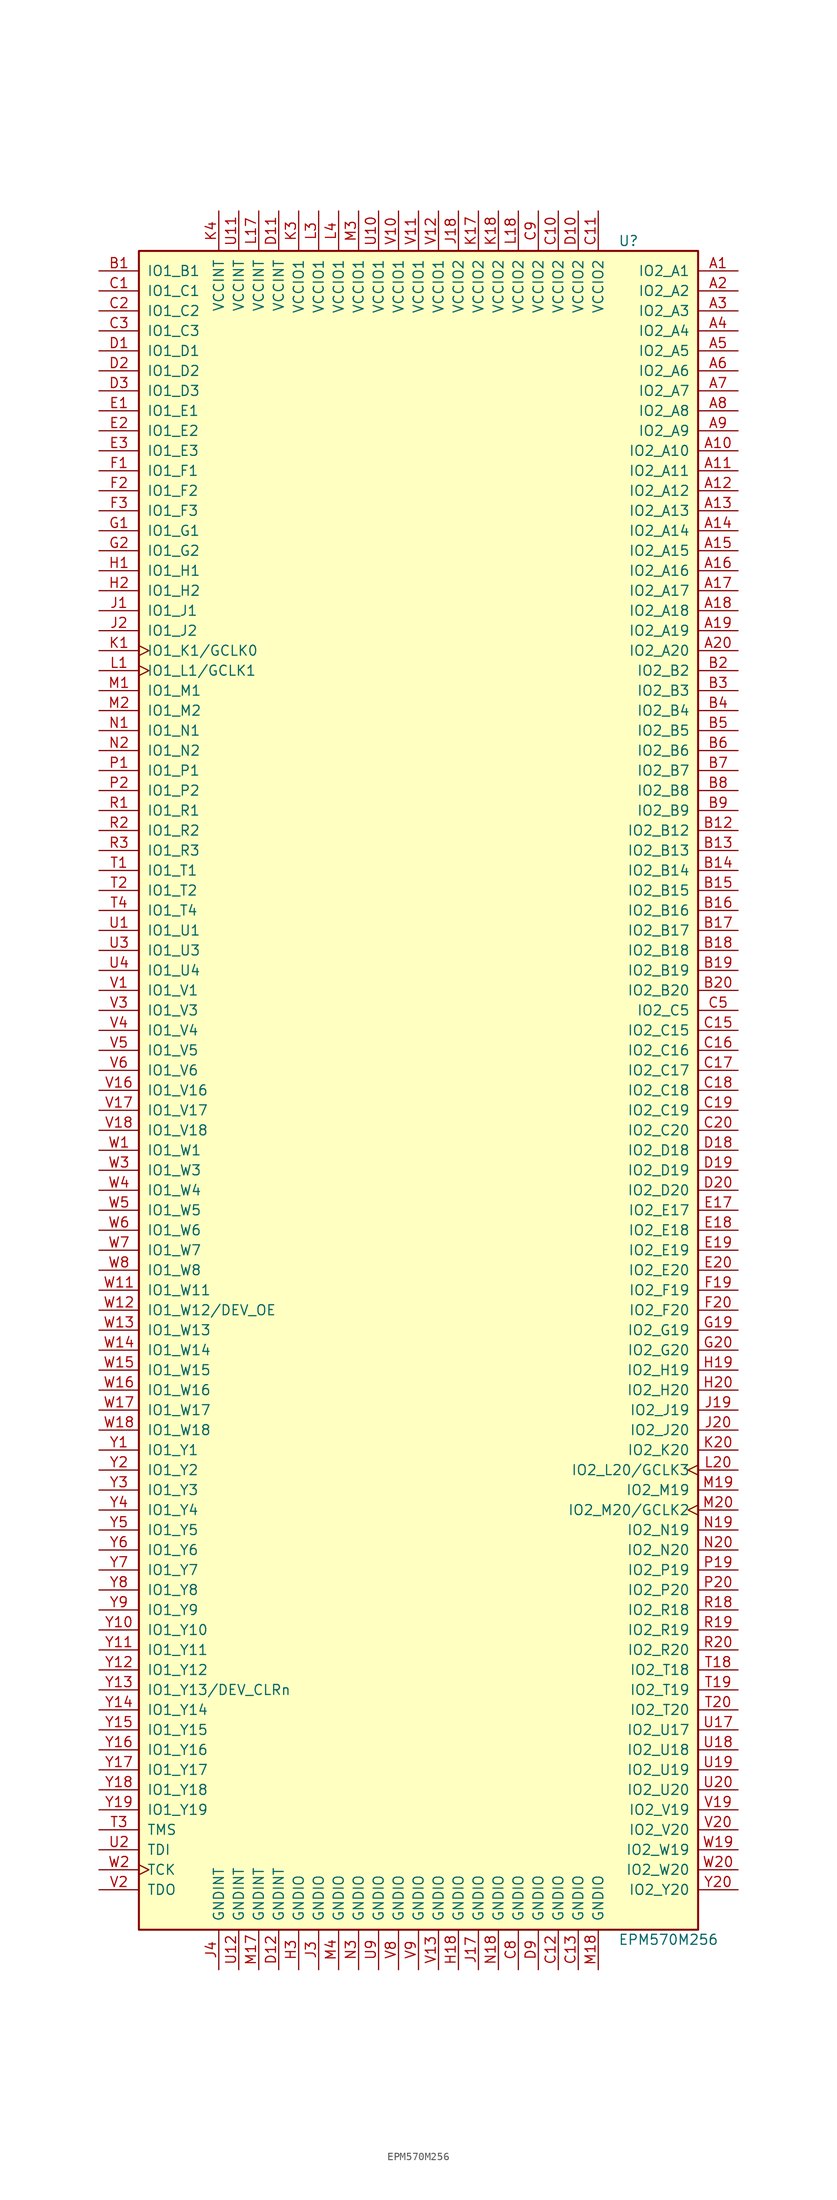
<source format=kicad_sym>
(kicad_symbol_lib
  (version 20201005)
  (generator kicad_symbol_editor)
  (symbol "EPM570M256"
    (pin_names
      (offset 1.016))
    (property "Reference" "U"
      (at 25.4 107.95 0)
      (effects (font (size 1.27 1.27)) (justify left)))
    (property "Value" "EPM570M256"
      (at 25.4 -107.95 0)
      (effects (font (size 1.27 1.27)) (justify left)))
    (property "ki_locked" ""
      (at 0 0 0)
      (effects (font (size 1.27 1.27))))
    (symbol "EPM570M256_1_1"
      (rectangle (start -35.56 106.68) (end 35.56 -106.68) (stroke (width 0.254)) (fill (type background)))
      (pin bidirectional line (at 40.64 104.14 180) (length 5.08) (name "IO2_A1" (effects (font (size 1.27 1.27)))) (number "A1" (effects (font (size 1.27 1.27)))))
      (pin bidirectional line (at 40.64 81.28 180) (length 5.08) (name "IO2_A10" (effects (font (size 1.27 1.27)))) (number "A10" (effects (font (size 1.27 1.27)))))
      (pin bidirectional line (at 40.64 78.74 180) (length 5.08) (name "IO2_A11" (effects (font (size 1.27 1.27)))) (number "A11" (effects (font (size 1.27 1.27)))))
      (pin bidirectional line (at 40.64 76.2 180) (length 5.08) (name "IO2_A12" (effects (font (size 1.27 1.27)))) (number "A12" (effects (font (size 1.27 1.27)))))
      (pin bidirectional line (at 40.64 73.66 180) (length 5.08) (name "IO2_A13" (effects (font (size 1.27 1.27)))) (number "A13" (effects (font (size 1.27 1.27)))))
      (pin bidirectional line (at 40.64 71.12 180) (length 5.08) (name "IO2_A14" (effects (font (size 1.27 1.27)))) (number "A14" (effects (font (size 1.27 1.27)))))
      (pin bidirectional line (at 40.64 68.58 180) (length 5.08) (name "IO2_A15" (effects (font (size 1.27 1.27)))) (number "A15" (effects (font (size 1.27 1.27)))))
      (pin bidirectional line (at 40.64 66.04 180) (length 5.08) (name "IO2_A16" (effects (font (size 1.27 1.27)))) (number "A16" (effects (font (size 1.27 1.27)))))
      (pin bidirectional line (at 40.64 63.5 180) (length 5.08) (name "IO2_A17" (effects (font (size 1.27 1.27)))) (number "A17" (effects (font (size 1.27 1.27)))))
      (pin bidirectional line (at 40.64 60.96 180) (length 5.08) (name "IO2_A18" (effects (font (size 1.27 1.27)))) (number "A18" (effects (font (size 1.27 1.27)))))
      (pin bidirectional line (at 40.64 58.42 180) (length 5.08) (name "IO2_A19" (effects (font (size 1.27 1.27)))) (number "A19" (effects (font (size 1.27 1.27)))))
      (pin bidirectional line (at 40.64 101.6 180) (length 5.08) (name "IO2_A2" (effects (font (size 1.27 1.27)))) (number "A2" (effects (font (size 1.27 1.27)))))
      (pin bidirectional line (at 40.64 55.88 180) (length 5.08) (name "IO2_A20" (effects (font (size 1.27 1.27)))) (number "A20" (effects (font (size 1.27 1.27)))))
      (pin bidirectional line (at 40.64 99.06 180) (length 5.08) (name "IO2_A3" (effects (font (size 1.27 1.27)))) (number "A3" (effects (font (size 1.27 1.27)))))
      (pin bidirectional line (at 40.64 96.52 180) (length 5.08) (name "IO2_A4" (effects (font (size 1.27 1.27)))) (number "A4" (effects (font (size 1.27 1.27)))))
      (pin bidirectional line (at 40.64 93.98 180) (length 5.08) (name "IO2_A5" (effects (font (size 1.27 1.27)))) (number "A5" (effects (font (size 1.27 1.27)))))
      (pin bidirectional line (at 40.64 91.44 180) (length 5.08) (name "IO2_A6" (effects (font (size 1.27 1.27)))) (number "A6" (effects (font (size 1.27 1.27)))))
      (pin bidirectional line (at 40.64 88.9 180) (length 5.08) (name "IO2_A7" (effects (font (size 1.27 1.27)))) (number "A7" (effects (font (size 1.27 1.27)))))
      (pin bidirectional line (at 40.64 86.36 180) (length 5.08) (name "IO2_A8" (effects (font (size 1.27 1.27)))) (number "A8" (effects (font (size 1.27 1.27)))))
      (pin bidirectional line (at 40.64 83.82 180) (length 5.08) (name "IO2_A9" (effects (font (size 1.27 1.27)))) (number "A9" (effects (font (size 1.27 1.27)))))
      (pin bidirectional line (at -40.64 104.14 0) (length 5.08) (name "IO1_B1" (effects (font (size 1.27 1.27)))) (number "B1" (effects (font (size 1.27 1.27)))))
      (pin bidirectional line (at 40.64 33.02 180) (length 5.08) (name "IO2_B12" (effects (font (size 1.27 1.27)))) (number "B12" (effects (font (size 1.27 1.27)))))
      (pin bidirectional line (at 40.64 30.48 180) (length 5.08) (name "IO2_B13" (effects (font (size 1.27 1.27)))) (number "B13" (effects (font (size 1.27 1.27)))))
      (pin bidirectional line (at 40.64 27.94 180) (length 5.08) (name "IO2_B14" (effects (font (size 1.27 1.27)))) (number "B14" (effects (font (size 1.27 1.27)))))
      (pin bidirectional line (at 40.64 25.4 180) (length 5.08) (name "IO2_B15" (effects (font (size 1.27 1.27)))) (number "B15" (effects (font (size 1.27 1.27)))))
      (pin bidirectional line (at 40.64 22.86 180) (length 5.08) (name "IO2_B16" (effects (font (size 1.27 1.27)))) (number "B16" (effects (font (size 1.27 1.27)))))
      (pin bidirectional line (at 40.64 20.32 180) (length 5.08) (name "IO2_B17" (effects (font (size 1.27 1.27)))) (number "B17" (effects (font (size 1.27 1.27)))))
      (pin bidirectional line (at 40.64 17.78 180) (length 5.08) (name "IO2_B18" (effects (font (size 1.27 1.27)))) (number "B18" (effects (font (size 1.27 1.27)))))
      (pin bidirectional line (at 40.64 15.24 180) (length 5.08) (name "IO2_B19" (effects (font (size 1.27 1.27)))) (number "B19" (effects (font (size 1.27 1.27)))))
      (pin bidirectional line (at 40.64 53.34 180) (length 5.08) (name "IO2_B2" (effects (font (size 1.27 1.27)))) (number "B2" (effects (font (size 1.27 1.27)))))
      (pin bidirectional line (at 40.64 12.7 180) (length 5.08) (name "IO2_B20" (effects (font (size 1.27 1.27)))) (number "B20" (effects (font (size 1.27 1.27)))))
      (pin bidirectional line (at 40.64 50.8 180) (length 5.08) (name "IO2_B3" (effects (font (size 1.27 1.27)))) (number "B3" (effects (font (size 1.27 1.27)))))
      (pin bidirectional line (at 40.64 48.26 180) (length 5.08) (name "IO2_B4" (effects (font (size 1.27 1.27)))) (number "B4" (effects (font (size 1.27 1.27)))))
      (pin bidirectional line (at 40.64 45.72 180) (length 5.08) (name "IO2_B5" (effects (font (size 1.27 1.27)))) (number "B5" (effects (font (size 1.27 1.27)))))
      (pin bidirectional line (at 40.64 43.18 180) (length 5.08) (name "IO2_B6" (effects (font (size 1.27 1.27)))) (number "B6" (effects (font (size 1.27 1.27)))))
      (pin bidirectional line (at 40.64 40.64 180) (length 5.08) (name "IO2_B7" (effects (font (size 1.27 1.27)))) (number "B7" (effects (font (size 1.27 1.27)))))
      (pin bidirectional line (at 40.64 38.1 180) (length 5.08) (name "IO2_B8" (effects (font (size 1.27 1.27)))) (number "B8" (effects (font (size 1.27 1.27)))))
      (pin bidirectional line (at 40.64 35.56 180) (length 5.08) (name "IO2_B9" (effects (font (size 1.27 1.27)))) (number "B9" (effects (font (size 1.27 1.27)))))
      (pin bidirectional line (at -40.64 101.6 0) (length 5.08) (name "IO1_C1" (effects (font (size 1.27 1.27)))) (number "C1" (effects (font (size 1.27 1.27)))))
      (pin power_in line (at 17.78 111.76 270) (length 5.08) (name "VCCIO2" (effects (font (size 1.27 1.27)))) (number "C10" (effects (font (size 1.27 1.27)))))
      (pin power_in line (at 22.86 111.76 270) (length 5.08) (name "VCCIO2" (effects (font (size 1.27 1.27)))) (number "C11" (effects (font (size 1.27 1.27)))))
      (pin power_in line (at 17.78 -111.76 90) (length 5.08) (name "GNDIO" (effects (font (size 1.27 1.27)))) (number "C12" (effects (font (size 1.27 1.27)))))
      (pin power_in line (at 20.32 -111.76 90) (length 5.08) (name "GNDIO" (effects (font (size 1.27 1.27)))) (number "C13" (effects (font (size 1.27 1.27)))))
      (pin bidirectional line (at 40.64 7.62 180) (length 5.08) (name "IO2_C15" (effects (font (size 1.27 1.27)))) (number "C15" (effects (font (size 1.27 1.27)))))
      (pin bidirectional line (at 40.64 5.08 180) (length 5.08) (name "IO2_C16" (effects (font (size 1.27 1.27)))) (number "C16" (effects (font (size 1.27 1.27)))))
      (pin bidirectional line (at 40.64 2.54 180) (length 5.08) (name "IO2_C17" (effects (font (size 1.27 1.27)))) (number "C17" (effects (font (size 1.27 1.27)))))
      (pin bidirectional line (at 40.64 0 180) (length 5.08) (name "IO2_C18" (effects (font (size 1.27 1.27)))) (number "C18" (effects (font (size 1.27 1.27)))))
      (pin bidirectional line (at 40.64 -2.54 180) (length 5.08) (name "IO2_C19" (effects (font (size 1.27 1.27)))) (number "C19" (effects (font (size 1.27 1.27)))))
      (pin bidirectional line (at -40.64 99.06 0) (length 5.08) (name "IO1_C2" (effects (font (size 1.27 1.27)))) (number "C2" (effects (font (size 1.27 1.27)))))
      (pin bidirectional line (at 40.64 -5.08 180) (length 5.08) (name "IO2_C20" (effects (font (size 1.27 1.27)))) (number "C20" (effects (font (size 1.27 1.27)))))
      (pin bidirectional line (at -40.64 96.52 0) (length 5.08) (name "IO1_C3" (effects (font (size 1.27 1.27)))) (number "C3" (effects (font (size 1.27 1.27)))))
      (pin bidirectional line (at 40.64 10.16 180) (length 5.08) (name "IO2_C5" (effects (font (size 1.27 1.27)))) (number "C5" (effects (font (size 1.27 1.27)))))
      (pin power_in line (at 12.7 -111.76 90) (length 5.08) (name "GNDIO" (effects (font (size 1.27 1.27)))) (number "C8" (effects (font (size 1.27 1.27)))))
      (pin power_in line (at 15.24 111.76 270) (length 5.08) (name "VCCIO2" (effects (font (size 1.27 1.27)))) (number "C9" (effects (font (size 1.27 1.27)))))
      (pin bidirectional line (at -40.64 93.98 0) (length 5.08) (name "IO1_D1" (effects (font (size 1.27 1.27)))) (number "D1" (effects (font (size 1.27 1.27)))))
      (pin power_in line (at 20.32 111.76 270) (length 5.08) (name "VCCIO2" (effects (font (size 1.27 1.27)))) (number "D10" (effects (font (size 1.27 1.27)))))
      (pin power_in line (at -17.78 111.76 270) (length 5.08) (name "VCCINT" (effects (font (size 1.27 1.27)))) (number "D11" (effects (font (size 1.27 1.27)))))
      (pin power_in line (at -17.78 -111.76 90) (length 5.08) (name "GNDINT" (effects (font (size 1.27 1.27)))) (number "D12" (effects (font (size 1.27 1.27)))))
      (pin bidirectional line (at 40.64 -7.62 180) (length 5.08) (name "IO2_D18" (effects (font (size 1.27 1.27)))) (number "D18" (effects (font (size 1.27 1.27)))))
      (pin bidirectional line (at 40.64 -10.16 180) (length 5.08) (name "IO2_D19" (effects (font (size 1.27 1.27)))) (number "D19" (effects (font (size 1.27 1.27)))))
      (pin bidirectional line (at -40.64 91.44 0) (length 5.08) (name "IO1_D2" (effects (font (size 1.27 1.27)))) (number "D2" (effects (font (size 1.27 1.27)))))
      (pin bidirectional line (at 40.64 -12.7 180) (length 5.08) (name "IO2_D20" (effects (font (size 1.27 1.27)))) (number "D20" (effects (font (size 1.27 1.27)))))
      (pin bidirectional line (at -40.64 88.9 0) (length 5.08) (name "IO1_D3" (effects (font (size 1.27 1.27)))) (number "D3" (effects (font (size 1.27 1.27)))))
      (pin power_in line (at 15.24 -111.76 90) (length 5.08) (name "GNDIO" (effects (font (size 1.27 1.27)))) (number "D9" (effects (font (size 1.27 1.27)))))
      (pin bidirectional line (at -40.64 86.36 0) (length 5.08) (name "IO1_E1" (effects (font (size 1.27 1.27)))) (number "E1" (effects (font (size 1.27 1.27)))))
      (pin bidirectional line (at 40.64 -15.24 180) (length 5.08) (name "IO2_E17" (effects (font (size 1.27 1.27)))) (number "E17" (effects (font (size 1.27 1.27)))))
      (pin bidirectional line (at 40.64 -17.78 180) (length 5.08) (name "IO2_E18" (effects (font (size 1.27 1.27)))) (number "E18" (effects (font (size 1.27 1.27)))))
      (pin bidirectional line (at 40.64 -20.32 180) (length 5.08) (name "IO2_E19" (effects (font (size 1.27 1.27)))) (number "E19" (effects (font (size 1.27 1.27)))))
      (pin bidirectional line (at -40.64 83.82 0) (length 5.08) (name "IO1_E2" (effects (font (size 1.27 1.27)))) (number "E2" (effects (font (size 1.27 1.27)))))
      (pin bidirectional line (at 40.64 -22.86 180) (length 5.08) (name "IO2_E20" (effects (font (size 1.27 1.27)))) (number "E20" (effects (font (size 1.27 1.27)))))
      (pin bidirectional line (at -40.64 81.28 0) (length 5.08) (name "IO1_E3" (effects (font (size 1.27 1.27)))) (number "E3" (effects (font (size 1.27 1.27)))))
      (pin bidirectional line (at -40.64 78.74 0) (length 5.08) (name "IO1_F1" (effects (font (size 1.27 1.27)))) (number "F1" (effects (font (size 1.27 1.27)))))
      (pin bidirectional line (at 40.64 -25.4 180) (length 5.08) (name "IO2_F19" (effects (font (size 1.27 1.27)))) (number "F19" (effects (font (size 1.27 1.27)))))
      (pin bidirectional line (at -40.64 76.2 0) (length 5.08) (name "IO1_F2" (effects (font (size 1.27 1.27)))) (number "F2" (effects (font (size 1.27 1.27)))))
      (pin bidirectional line (at 40.64 -27.94 180) (length 5.08) (name "IO2_F20" (effects (font (size 1.27 1.27)))) (number "F20" (effects (font (size 1.27 1.27)))))
      (pin bidirectional line (at -40.64 73.66 0) (length 5.08) (name "IO1_F3" (effects (font (size 1.27 1.27)))) (number "F3" (effects (font (size 1.27 1.27)))))
      (pin bidirectional line (at -40.64 71.12 0) (length 5.08) (name "IO1_G1" (effects (font (size 1.27 1.27)))) (number "G1" (effects (font (size 1.27 1.27)))))
      (pin bidirectional line (at 40.64 -30.48 180) (length 5.08) (name "IO2_G19" (effects (font (size 1.27 1.27)))) (number "G19" (effects (font (size 1.27 1.27)))))
      (pin bidirectional line (at -40.64 68.58 0) (length 5.08) (name "IO1_G2" (effects (font (size 1.27 1.27)))) (number "G2" (effects (font (size 1.27 1.27)))))
      (pin bidirectional line (at 40.64 -33.02 180) (length 5.08) (name "IO2_G20" (effects (font (size 1.27 1.27)))) (number "G20" (effects (font (size 1.27 1.27)))))
      (pin bidirectional line (at -40.64 66.04 0) (length 5.08) (name "IO1_H1" (effects (font (size 1.27 1.27)))) (number "H1" (effects (font (size 1.27 1.27)))))
      (pin power_in line (at 5.08 -111.76 90) (length 5.08) (name "GNDIO" (effects (font (size 1.27 1.27)))) (number "H18" (effects (font (size 1.27 1.27)))))
      (pin bidirectional line (at 40.64 -35.56 180) (length 5.08) (name "IO2_H19" (effects (font (size 1.27 1.27)))) (number "H19" (effects (font (size 1.27 1.27)))))
      (pin bidirectional line (at -40.64 63.5 0) (length 5.08) (name "IO1_H2" (effects (font (size 1.27 1.27)))) (number "H2" (effects (font (size 1.27 1.27)))))
      (pin bidirectional line (at 40.64 -38.1 180) (length 5.08) (name "IO2_H20" (effects (font (size 1.27 1.27)))) (number "H20" (effects (font (size 1.27 1.27)))))
      (pin power_in line (at -15.24 -111.76 90) (length 5.08) (name "GNDIO" (effects (font (size 1.27 1.27)))) (number "H3" (effects (font (size 1.27 1.27)))))
      (pin bidirectional line (at -40.64 60.96 0) (length 5.08) (name "IO1_J1" (effects (font (size 1.27 1.27)))) (number "J1" (effects (font (size 1.27 1.27)))))
      (pin power_in line (at 7.62 -111.76 90) (length 5.08) (name "GNDIO" (effects (font (size 1.27 1.27)))) (number "J17" (effects (font (size 1.27 1.27)))))
      (pin power_in line (at 5.08 111.76 270) (length 5.08) (name "VCCIO2" (effects (font (size 1.27 1.27)))) (number "J18" (effects (font (size 1.27 1.27)))))
      (pin bidirectional line (at 40.64 -40.64 180) (length 5.08) (name "IO2_J19" (effects (font (size 1.27 1.27)))) (number "J19" (effects (font (size 1.27 1.27)))))
      (pin bidirectional line (at -40.64 58.42 0) (length 5.08) (name "IO1_J2" (effects (font (size 1.27 1.27)))) (number "J2" (effects (font (size 1.27 1.27)))))
      (pin bidirectional line (at 40.64 -43.18 180) (length 5.08) (name "IO2_J20" (effects (font (size 1.27 1.27)))) (number "J20" (effects (font (size 1.27 1.27)))))
      (pin power_in line (at -12.7 -111.76 90) (length 5.08) (name "GNDIO" (effects (font (size 1.27 1.27)))) (number "J3" (effects (font (size 1.27 1.27)))))
      (pin power_in line (at -25.4 -111.76 90) (length 5.08) (name "GNDINT" (effects (font (size 1.27 1.27)))) (number "J4" (effects (font (size 1.27 1.27)))))
      (pin bidirectional clock (at -40.64 55.88 0) (length 5.08) (name "IO1_K1/GCLK0" (effects (font (size 1.27 1.27)))) (number "K1" (effects (font (size 1.27 1.27)))))
      (pin power_in line (at 7.62 111.76 270) (length 5.08) (name "VCCIO2" (effects (font (size 1.27 1.27)))) (number "K17" (effects (font (size 1.27 1.27)))))
      (pin power_in line (at 10.16 111.76 270) (length 5.08) (name "VCCIO2" (effects (font (size 1.27 1.27)))) (number "K18" (effects (font (size 1.27 1.27)))))
      (pin bidirectional line (at 40.64 -45.72 180) (length 5.08) (name "IO2_K20" (effects (font (size 1.27 1.27)))) (number "K20" (effects (font (size 1.27 1.27)))))
      (pin power_in line (at -15.24 111.76 270) (length 5.08) (name "VCCIO1" (effects (font (size 1.27 1.27)))) (number "K3" (effects (font (size 1.27 1.27)))))
      (pin power_in line (at -25.4 111.76 270) (length 5.08) (name "VCCINT" (effects (font (size 1.27 1.27)))) (number "K4" (effects (font (size 1.27 1.27)))))
      (pin bidirectional clock (at -40.64 53.34 0) (length 5.08) (name "IO1_L1/GCLK1" (effects (font (size 1.27 1.27)))) (number "L1" (effects (font (size 1.27 1.27)))))
      (pin power_in line (at -20.32 111.76 270) (length 5.08) (name "VCCINT" (effects (font (size 1.27 1.27)))) (number "L17" (effects (font (size 1.27 1.27)))))
      (pin power_in line (at 12.7 111.76 270) (length 5.08) (name "VCCIO2" (effects (font (size 1.27 1.27)))) (number "L18" (effects (font (size 1.27 1.27)))))
      (pin bidirectional clock (at 40.64 -48.26 180) (length 5.08) (name "IO2_L20/GCLK3" (effects (font (size 1.27 1.27)))) (number "L20" (effects (font (size 1.27 1.27)))))
      (pin power_in line (at -12.7 111.76 270) (length 5.08) (name "VCCIO1" (effects (font (size 1.27 1.27)))) (number "L3" (effects (font (size 1.27 1.27)))))
      (pin power_in line (at -10.16 111.76 270) (length 5.08) (name "VCCIO1" (effects (font (size 1.27 1.27)))) (number "L4" (effects (font (size 1.27 1.27)))))
      (pin bidirectional line (at -40.64 50.8 0) (length 5.08) (name "IO1_M1" (effects (font (size 1.27 1.27)))) (number "M1" (effects (font (size 1.27 1.27)))))
      (pin power_in line (at -20.32 -111.76 90) (length 5.08) (name "GNDINT" (effects (font (size 1.27 1.27)))) (number "M17" (effects (font (size 1.27 1.27)))))
      (pin power_in line (at 22.86 -111.76 90) (length 5.08) (name "GNDIO" (effects (font (size 1.27 1.27)))) (number "M18" (effects (font (size 1.27 1.27)))))
      (pin bidirectional line (at 40.64 -50.8 180) (length 5.08) (name "IO2_M19" (effects (font (size 1.27 1.27)))) (number "M19" (effects (font (size 1.27 1.27)))))
      (pin bidirectional line (at -40.64 48.26 0) (length 5.08) (name "IO1_M2" (effects (font (size 1.27 1.27)))) (number "M2" (effects (font (size 1.27 1.27)))))
      (pin bidirectional clock (at 40.64 -53.34 180) (length 5.08) (name "IO2_M20/GCLK2" (effects (font (size 1.27 1.27)))) (number "M20" (effects (font (size 1.27 1.27)))))
      (pin power_in line (at -7.62 111.76 270) (length 5.08) (name "VCCIO1" (effects (font (size 1.27 1.27)))) (number "M3" (effects (font (size 1.27 1.27)))))
      (pin power_in line (at -10.16 -111.76 90) (length 5.08) (name "GNDIO" (effects (font (size 1.27 1.27)))) (number "M4" (effects (font (size 1.27 1.27)))))
      (pin bidirectional line (at -40.64 45.72 0) (length 5.08) (name "IO1_N1" (effects (font (size 1.27 1.27)))) (number "N1" (effects (font (size 1.27 1.27)))))
      (pin power_in line (at 10.16 -111.76 90) (length 5.08) (name "GNDIO" (effects (font (size 1.27 1.27)))) (number "N18" (effects (font (size 1.27 1.27)))))
      (pin bidirectional line (at 40.64 -55.88 180) (length 5.08) (name "IO2_N19" (effects (font (size 1.27 1.27)))) (number "N19" (effects (font (size 1.27 1.27)))))
      (pin bidirectional line (at -40.64 43.18 0) (length 5.08) (name "IO1_N2" (effects (font (size 1.27 1.27)))) (number "N2" (effects (font (size 1.27 1.27)))))
      (pin bidirectional line (at 40.64 -58.42 180) (length 5.08) (name "IO2_N20" (effects (font (size 1.27 1.27)))) (number "N20" (effects (font (size 1.27 1.27)))))
      (pin power_in line (at -7.62 -111.76 90) (length 5.08) (name "GNDIO" (effects (font (size 1.27 1.27)))) (number "N3" (effects (font (size 1.27 1.27)))))
      (pin bidirectional line (at -40.64 40.64 0) (length 5.08) (name "IO1_P1" (effects (font (size 1.27 1.27)))) (number "P1" (effects (font (size 1.27 1.27)))))
      (pin bidirectional line (at 40.64 -60.96 180) (length 5.08) (name "IO2_P19" (effects (font (size 1.27 1.27)))) (number "P19" (effects (font (size 1.27 1.27)))))
      (pin bidirectional line (at -40.64 38.1 0) (length 5.08) (name "IO1_P2" (effects (font (size 1.27 1.27)))) (number "P2" (effects (font (size 1.27 1.27)))))
      (pin bidirectional line (at 40.64 -63.5 180) (length 5.08) (name "IO2_P20" (effects (font (size 1.27 1.27)))) (number "P20" (effects (font (size 1.27 1.27)))))
      (pin bidirectional line (at -40.64 35.56 0) (length 5.08) (name "IO1_R1" (effects (font (size 1.27 1.27)))) (number "R1" (effects (font (size 1.27 1.27)))))
      (pin bidirectional line (at 40.64 -66.04 180) (length 5.08) (name "IO2_R18" (effects (font (size 1.27 1.27)))) (number "R18" (effects (font (size 1.27 1.27)))))
      (pin bidirectional line (at 40.64 -68.58 180) (length 5.08) (name "IO2_R19" (effects (font (size 1.27 1.27)))) (number "R19" (effects (font (size 1.27 1.27)))))
      (pin bidirectional line (at -40.64 33.02 0) (length 5.08) (name "IO1_R2" (effects (font (size 1.27 1.27)))) (number "R2" (effects (font (size 1.27 1.27)))))
      (pin bidirectional line (at 40.64 -71.12 180) (length 5.08) (name "IO2_R20" (effects (font (size 1.27 1.27)))) (number "R20" (effects (font (size 1.27 1.27)))))
      (pin bidirectional line (at -40.64 30.48 0) (length 5.08) (name "IO1_R3" (effects (font (size 1.27 1.27)))) (number "R3" (effects (font (size 1.27 1.27)))))
      (pin bidirectional line (at -40.64 27.94 0) (length 5.08) (name "IO1_T1" (effects (font (size 1.27 1.27)))) (number "T1" (effects (font (size 1.27 1.27)))))
      (pin bidirectional line (at 40.64 -73.66 180) (length 5.08) (name "IO2_T18" (effects (font (size 1.27 1.27)))) (number "T18" (effects (font (size 1.27 1.27)))))
      (pin bidirectional line (at 40.64 -76.2 180) (length 5.08) (name "IO2_T19" (effects (font (size 1.27 1.27)))) (number "T19" (effects (font (size 1.27 1.27)))))
      (pin bidirectional line (at -40.64 25.4 0) (length 5.08) (name "IO1_T2" (effects (font (size 1.27 1.27)))) (number "T2" (effects (font (size 1.27 1.27)))))
      (pin bidirectional line (at 40.64 -78.74 180) (length 5.08) (name "IO2_T20" (effects (font (size 1.27 1.27)))) (number "T20" (effects (font (size 1.27 1.27)))))
      (pin input line (at -40.64 -93.98 0) (length 5.08) (name "TMS" (effects (font (size 1.27 1.27)))) (number "T3" (effects (font (size 1.27 1.27)))))
      (pin bidirectional line (at -40.64 22.86 0) (length 5.08) (name "IO1_T4" (effects (font (size 1.27 1.27)))) (number "T4" (effects (font (size 1.27 1.27)))))
      (pin bidirectional line (at -40.64 20.32 0) (length 5.08) (name "IO1_U1" (effects (font (size 1.27 1.27)))) (number "U1" (effects (font (size 1.27 1.27)))))
      (pin power_in line (at -5.08 111.76 270) (length 5.08) (name "VCCIO1" (effects (font (size 1.27 1.27)))) (number "U10" (effects (font (size 1.27 1.27)))))
      (pin power_in line (at -22.86 111.76 270) (length 5.08) (name "VCCINT" (effects (font (size 1.27 1.27)))) (number "U11" (effects (font (size 1.27 1.27)))))
      (pin power_in line (at -22.86 -111.76 90) (length 5.08) (name "GNDINT" (effects (font (size 1.27 1.27)))) (number "U12" (effects (font (size 1.27 1.27)))))
      (pin bidirectional line (at 40.64 -81.28 180) (length 5.08) (name "IO2_U17" (effects (font (size 1.27 1.27)))) (number "U17" (effects (font (size 1.27 1.27)))))
      (pin bidirectional line (at 40.64 -83.82 180) (length 5.08) (name "IO2_U18" (effects (font (size 1.27 1.27)))) (number "U18" (effects (font (size 1.27 1.27)))))
      (pin bidirectional line (at 40.64 -86.36 180) (length 5.08) (name "IO2_U19" (effects (font (size 1.27 1.27)))) (number "U19" (effects (font (size 1.27 1.27)))))
      (pin input line (at -40.64 -96.52 0) (length 5.08) (name "TDI" (effects (font (size 1.27 1.27)))) (number "U2" (effects (font (size 1.27 1.27)))))
      (pin bidirectional line (at 40.64 -88.9 180) (length 5.08) (name "IO2_U20" (effects (font (size 1.27 1.27)))) (number "U20" (effects (font (size 1.27 1.27)))))
      (pin bidirectional line (at -40.64 17.78 0) (length 5.08) (name "IO1_U3" (effects (font (size 1.27 1.27)))) (number "U3" (effects (font (size 1.27 1.27)))))
      (pin bidirectional line (at -40.64 15.24 0) (length 5.08) (name "IO1_U4" (effects (font (size 1.27 1.27)))) (number "U4" (effects (font (size 1.27 1.27)))))
      (pin power_in line (at -5.08 -111.76 90) (length 5.08) (name "GNDIO" (effects (font (size 1.27 1.27)))) (number "U9" (effects (font (size 1.27 1.27)))))
      (pin bidirectional line (at -40.64 12.7 0) (length 5.08) (name "IO1_V1" (effects (font (size 1.27 1.27)))) (number "V1" (effects (font (size 1.27 1.27)))))
      (pin power_in line (at -2.54 111.76 270) (length 5.08) (name "VCCIO1" (effects (font (size 1.27 1.27)))) (number "V10" (effects (font (size 1.27 1.27)))))
      (pin power_in line (at 0 111.76 270) (length 5.08) (name "VCCIO1" (effects (font (size 1.27 1.27)))) (number "V11" (effects (font (size 1.27 1.27)))))
      (pin power_in line (at 2.54 111.76 270) (length 5.08) (name "VCCIO1" (effects (font (size 1.27 1.27)))) (number "V12" (effects (font (size 1.27 1.27)))))
      (pin power_in line (at 2.54 -111.76 90) (length 5.08) (name "GNDIO" (effects (font (size 1.27 1.27)))) (number "V13" (effects (font (size 1.27 1.27)))))
      (pin bidirectional line (at -40.64 0 0) (length 5.08) (name "IO1_V16" (effects (font (size 1.27 1.27)))) (number "V16" (effects (font (size 1.27 1.27)))))
      (pin bidirectional line (at -40.64 -2.54 0) (length 5.08) (name "IO1_V17" (effects (font (size 1.27 1.27)))) (number "V17" (effects (font (size 1.27 1.27)))))
      (pin bidirectional line (at -40.64 -5.08 0) (length 5.08) (name "IO1_V18" (effects (font (size 1.27 1.27)))) (number "V18" (effects (font (size 1.27 1.27)))))
      (pin bidirectional line (at 40.64 -91.44 180) (length 5.08) (name "IO2_V19" (effects (font (size 1.27 1.27)))) (number "V19" (effects (font (size 1.27 1.27)))))
      (pin output line (at -40.64 -101.6 0) (length 5.08) (name "TDO" (effects (font (size 1.27 1.27)))) (number "V2" (effects (font (size 1.27 1.27)))))
      (pin bidirectional line (at 40.64 -93.98 180) (length 5.08) (name "IO2_V20" (effects (font (size 1.27 1.27)))) (number "V20" (effects (font (size 1.27 1.27)))))
      (pin bidirectional line (at -40.64 10.16 0) (length 5.08) (name "IO1_V3" (effects (font (size 1.27 1.27)))) (number "V3" (effects (font (size 1.27 1.27)))))
      (pin bidirectional line (at -40.64 7.62 0) (length 5.08) (name "IO1_V4" (effects (font (size 1.27 1.27)))) (number "V4" (effects (font (size 1.27 1.27)))))
      (pin bidirectional line (at -40.64 5.08 0) (length 5.08) (name "IO1_V5" (effects (font (size 1.27 1.27)))) (number "V5" (effects (font (size 1.27 1.27)))))
      (pin bidirectional line (at -40.64 2.54 0) (length 5.08) (name "IO1_V6" (effects (font (size 1.27 1.27)))) (number "V6" (effects (font (size 1.27 1.27)))))
      (pin power_in line (at -2.54 -111.76 90) (length 5.08) (name "GNDIO" (effects (font (size 1.27 1.27)))) (number "V8" (effects (font (size 1.27 1.27)))))
      (pin power_in line (at 0 -111.76 90) (length 5.08) (name "GNDIO" (effects (font (size 1.27 1.27)))) (number "V9" (effects (font (size 1.27 1.27)))))
      (pin bidirectional line (at -40.64 -7.62 0) (length 5.08) (name "IO1_W1" (effects (font (size 1.27 1.27)))) (number "W1" (effects (font (size 1.27 1.27)))))
      (pin bidirectional line (at -40.64 -25.4 0) (length 5.08) (name "IO1_W11" (effects (font (size 1.27 1.27)))) (number "W11" (effects (font (size 1.27 1.27)))))
      (pin bidirectional line (at -40.64 -27.94 0) (length 5.08) (name "IO1_W12/DEV_OE" (effects (font (size 1.27 1.27)))) (number "W12" (effects (font (size 1.27 1.27)))))
      (pin bidirectional line (at -40.64 -30.48 0) (length 5.08) (name "IO1_W13" (effects (font (size 1.27 1.27)))) (number "W13" (effects (font (size 1.27 1.27)))))
      (pin bidirectional line (at -40.64 -33.02 0) (length 5.08) (name "IO1_W14" (effects (font (size 1.27 1.27)))) (number "W14" (effects (font (size 1.27 1.27)))))
      (pin bidirectional line (at -40.64 -35.56 0) (length 5.08) (name "IO1_W15" (effects (font (size 1.27 1.27)))) (number "W15" (effects (font (size 1.27 1.27)))))
      (pin bidirectional line (at -40.64 -38.1 0) (length 5.08) (name "IO1_W16" (effects (font (size 1.27 1.27)))) (number "W16" (effects (font (size 1.27 1.27)))))
      (pin bidirectional line (at -40.64 -40.64 0) (length 5.08) (name "IO1_W17" (effects (font (size 1.27 1.27)))) (number "W17" (effects (font (size 1.27 1.27)))))
      (pin bidirectional line (at -40.64 -43.18 0) (length 5.08) (name "IO1_W18" (effects (font (size 1.27 1.27)))) (number "W18" (effects (font (size 1.27 1.27)))))
      (pin bidirectional line (at 40.64 -96.52 180) (length 5.08) (name "IO2_W19" (effects (font (size 1.27 1.27)))) (number "W19" (effects (font (size 1.27 1.27)))))
      (pin input clock (at -40.64 -99.06 0) (length 5.08) (name "TCK" (effects (font (size 1.27 1.27)))) (number "W2" (effects (font (size 1.27 1.27)))))
      (pin bidirectional line (at 40.64 -99.06 180) (length 5.08) (name "IO2_W20" (effects (font (size 1.27 1.27)))) (number "W20" (effects (font (size 1.27 1.27)))))
      (pin bidirectional line (at -40.64 -10.16 0) (length 5.08) (name "IO1_W3" (effects (font (size 1.27 1.27)))) (number "W3" (effects (font (size 1.27 1.27)))))
      (pin bidirectional line (at -40.64 -12.7 0) (length 5.08) (name "IO1_W4" (effects (font (size 1.27 1.27)))) (number "W4" (effects (font (size 1.27 1.27)))))
      (pin bidirectional line (at -40.64 -15.24 0) (length 5.08) (name "IO1_W5" (effects (font (size 1.27 1.27)))) (number "W5" (effects (font (size 1.27 1.27)))))
      (pin bidirectional line (at -40.64 -17.78 0) (length 5.08) (name "IO1_W6" (effects (font (size 1.27 1.27)))) (number "W6" (effects (font (size 1.27 1.27)))))
      (pin bidirectional line (at -40.64 -20.32 0) (length 5.08) (name "IO1_W7" (effects (font (size 1.27 1.27)))) (number "W7" (effects (font (size 1.27 1.27)))))
      (pin bidirectional line (at -40.64 -22.86 0) (length 5.08) (name "IO1_W8" (effects (font (size 1.27 1.27)))) (number "W8" (effects (font (size 1.27 1.27)))))
      (pin bidirectional line (at -40.64 -45.72 0) (length 5.08) (name "IO1_Y1" (effects (font (size 1.27 1.27)))) (number "Y1" (effects (font (size 1.27 1.27)))))
      (pin bidirectional line (at -40.64 -68.58 0) (length 5.08) (name "IO1_Y10" (effects (font (size 1.27 1.27)))) (number "Y10" (effects (font (size 1.27 1.27)))))
      (pin bidirectional line (at -40.64 -71.12 0) (length 5.08) (name "IO1_Y11" (effects (font (size 1.27 1.27)))) (number "Y11" (effects (font (size 1.27 1.27)))))
      (pin bidirectional line (at -40.64 -73.66 0) (length 5.08) (name "IO1_Y12" (effects (font (size 1.27 1.27)))) (number "Y12" (effects (font (size 1.27 1.27)))))
      (pin bidirectional line (at -40.64 -76.2 0) (length 5.08) (name "IO1_Y13/DEV_CLRn" (effects (font (size 1.27 1.27)))) (number "Y13" (effects (font (size 1.27 1.27)))))
      (pin bidirectional line (at -40.64 -78.74 0) (length 5.08) (name "IO1_Y14" (effects (font (size 1.27 1.27)))) (number "Y14" (effects (font (size 1.27 1.27)))))
      (pin bidirectional line (at -40.64 -81.28 0) (length 5.08) (name "IO1_Y15" (effects (font (size 1.27 1.27)))) (number "Y15" (effects (font (size 1.27 1.27)))))
      (pin bidirectional line (at -40.64 -83.82 0) (length 5.08) (name "IO1_Y16" (effects (font (size 1.27 1.27)))) (number "Y16" (effects (font (size 1.27 1.27)))))
      (pin bidirectional line (at -40.64 -86.36 0) (length 5.08) (name "IO1_Y17" (effects (font (size 1.27 1.27)))) (number "Y17" (effects (font (size 1.27 1.27)))))
      (pin bidirectional line (at -40.64 -88.9 0) (length 5.08) (name "IO1_Y18" (effects (font (size 1.27 1.27)))) (number "Y18" (effects (font (size 1.27 1.27)))))
      (pin bidirectional line (at -40.64 -91.44 0) (length 5.08) (name "IO1_Y19" (effects (font (size 1.27 1.27)))) (number "Y19" (effects (font (size 1.27 1.27)))))
      (pin bidirectional line (at -40.64 -48.26 0) (length 5.08) (name "IO1_Y2" (effects (font (size 1.27 1.27)))) (number "Y2" (effects (font (size 1.27 1.27)))))
      (pin bidirectional line (at 40.64 -101.6 180) (length 5.08) (name "IO2_Y20" (effects (font (size 1.27 1.27)))) (number "Y20" (effects (font (size 1.27 1.27)))))
      (pin bidirectional line (at -40.64 -50.8 0) (length 5.08) (name "IO1_Y3" (effects (font (size 1.27 1.27)))) (number "Y3" (effects (font (size 1.27 1.27)))))
      (pin bidirectional line (at -40.64 -53.34 0) (length 5.08) (name "IO1_Y4" (effects (font (size 1.27 1.27)))) (number "Y4" (effects (font (size 1.27 1.27)))))
      (pin bidirectional line (at -40.64 -55.88 0) (length 5.08) (name "IO1_Y5" (effects (font (size 1.27 1.27)))) (number "Y5" (effects (font (size 1.27 1.27)))))
      (pin bidirectional line (at -40.64 -58.42 0) (length 5.08) (name "IO1_Y6" (effects (font (size 1.27 1.27)))) (number "Y6" (effects (font (size 1.27 1.27)))))
      (pin bidirectional line (at -40.64 -60.96 0) (length 5.08) (name "IO1_Y7" (effects (font (size 1.27 1.27)))) (number "Y7" (effects (font (size 1.27 1.27)))))
      (pin bidirectional line (at -40.64 -63.5 0) (length 5.08) (name "IO1_Y8" (effects (font (size 1.27 1.27)))) (number "Y8" (effects (font (size 1.27 1.27)))))
      (pin bidirectional line (at -40.64 -66.04 0) (length 5.08) (name "IO1_Y9" (effects (font (size 1.27 1.27)))) (number "Y9" (effects (font (size 1.27 1.27))))))))
</source>
